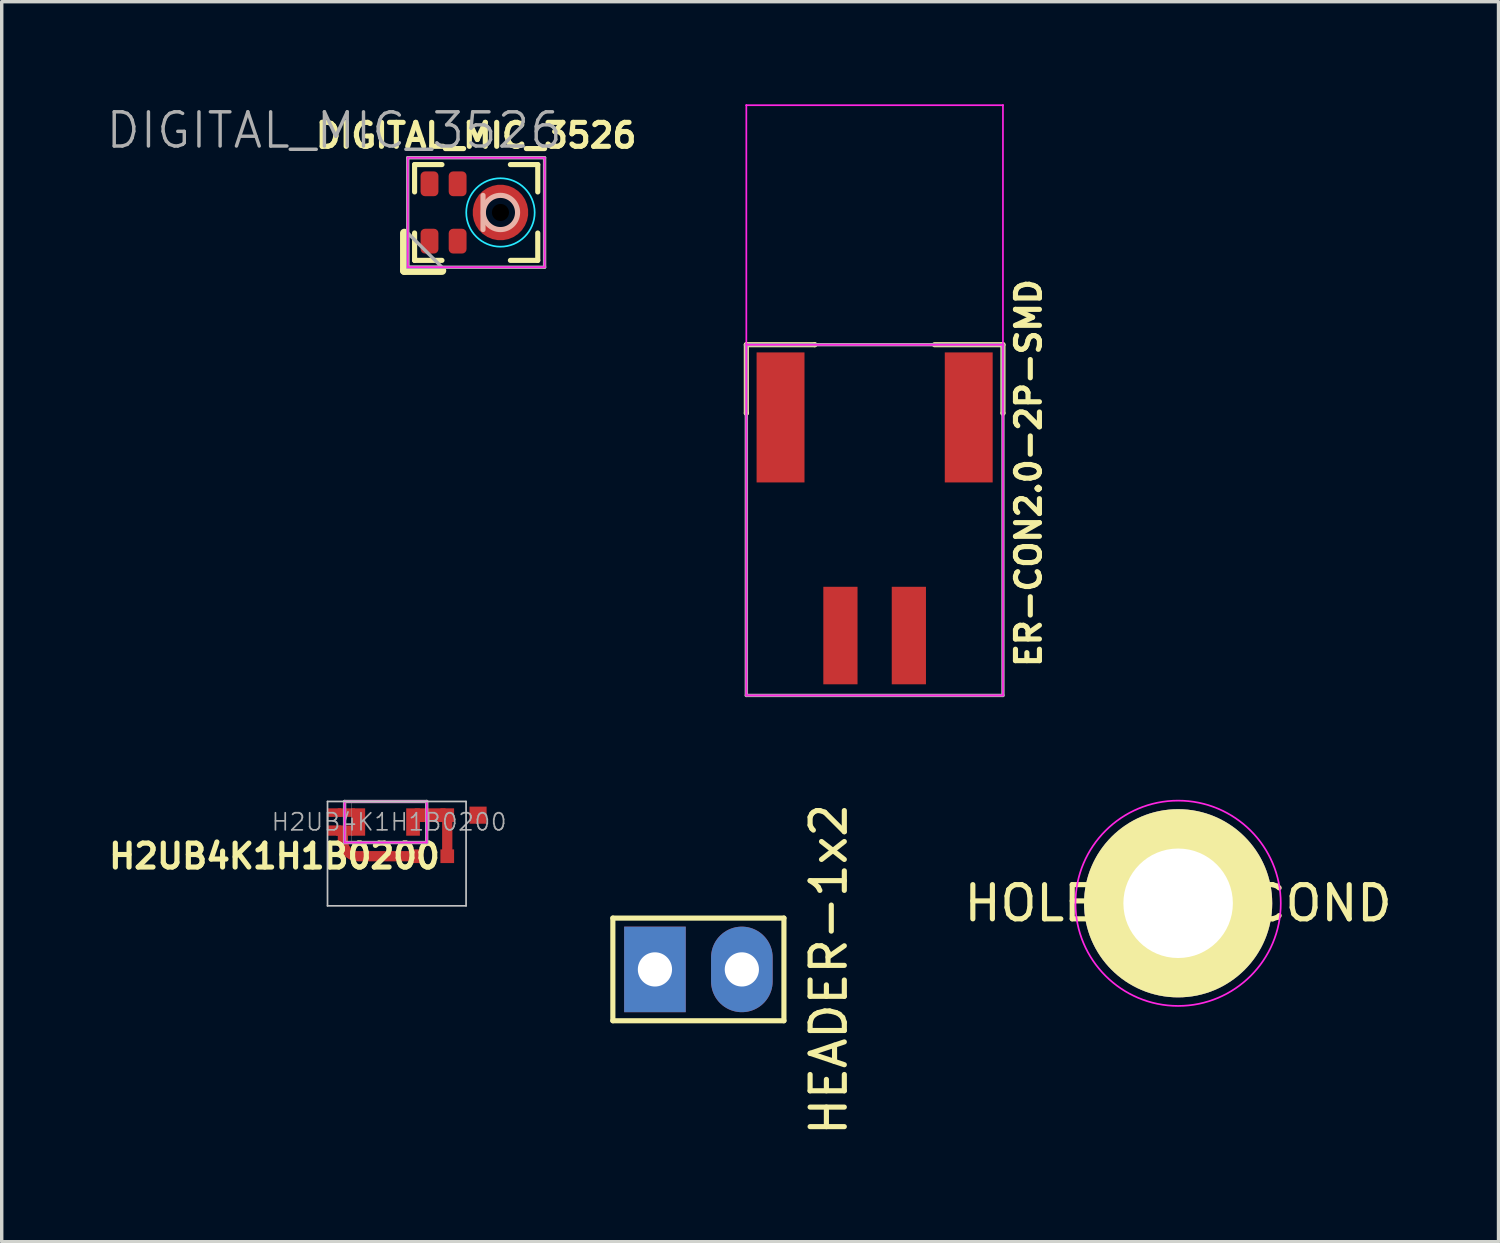
<source format=kicad_pcb>
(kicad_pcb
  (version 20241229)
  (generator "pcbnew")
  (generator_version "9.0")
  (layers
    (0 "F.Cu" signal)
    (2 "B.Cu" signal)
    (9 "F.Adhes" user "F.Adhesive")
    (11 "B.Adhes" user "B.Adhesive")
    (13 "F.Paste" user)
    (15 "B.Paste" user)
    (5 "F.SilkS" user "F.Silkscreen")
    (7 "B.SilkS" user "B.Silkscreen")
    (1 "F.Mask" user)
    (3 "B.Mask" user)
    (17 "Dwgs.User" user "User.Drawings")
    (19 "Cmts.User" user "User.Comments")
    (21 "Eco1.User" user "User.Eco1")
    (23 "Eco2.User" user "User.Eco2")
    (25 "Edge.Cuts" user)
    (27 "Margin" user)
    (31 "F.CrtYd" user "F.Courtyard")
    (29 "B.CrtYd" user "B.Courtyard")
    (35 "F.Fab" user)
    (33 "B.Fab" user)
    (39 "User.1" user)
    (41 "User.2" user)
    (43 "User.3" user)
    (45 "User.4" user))
  (footprint "HOLE-M3-COND"
    (layer "F.Cu")
    (at 31.383 23.35)
    (property "Reference" "HOLE-M3-COND" (at 0 0 0) (layer "F.SilkS") (effects (font (size 1 1) (thickness 0.15))))
    (attr through_hole)
    (fp_circle (center 0 0) (end -3 0) (stroke (width 0.05) (type solid)) (fill no) (layer "F.CrtYd"))
    (pad "1" thru_hole circle (at 0 0) (size 5.5 5.5) (drill 3.2) (layers "*.Cu" "*.Mask" "F.SilkS")))
  (footprint "H2UB4K1H1B0200"
    (layer "F.Cu")
    (at 8.222 20.975)
    (property "Reference" "H2UB4K1H1B0200" (at -3.25 1 0) (layer "F.SilkS") (effects (font (size 0.7 0.7) (thickness 0.15))))
    (attr through_hole)
    (fp_line (start -1.7 -0.6) (end -1.7 2.45) (stroke (width 0.05) (type solid)) (layer "Dwgs.User"))
    (fp_line (start -1.7 2.45) (end 2.35 2.45) (stroke (width 0.05) (type solid)) (layer "Dwgs.User"))
    (fp_line (start 2.35 -0.6) (end -1.7 -0.6) (stroke (width 0.05) (type solid)) (layer "Dwgs.User"))
    (fp_line (start 2.35 2.45) (end 2.35 -0.6) (stroke (width 0.05) (type solid)) (layer "Dwgs.User"))
    (fp_line (start -1.2 -0.6) (end 1.2 -0.6) (stroke (width 0.05) (type solid)) (layer "F.CrtYd"))
    (fp_line (start -1.2 0.6) (end -1.2 -0.6) (stroke (width 0.05) (type solid)) (layer "F.CrtYd"))
    (fp_line (start 1.2 -0.6) (end 1.2 0.6) (stroke (width 0.05) (type solid)) (layer "F.CrtYd"))
    (fp_line (start 1.2 0.6) (end -1.2 0.6) (stroke (width 0.05) (type solid)) (layer "F.CrtYd"))
    (fp_line (start -1.2 -0.6) (end 1.2 -0.6) (stroke (width 0.1) (type solid)) (layer "F.Fab"))
    (fp_line (start -1.2 0.6) (end -1.2 -0.6) (stroke (width 0.1) (type solid)) (layer "F.Fab"))
    (fp_line (start 1.2 -0.6) (end 1.2 0.6) (stroke (width 0.1) (type solid)) (layer "F.Fab"))
    (fp_line (start 1.2 0.6) (end -1.2 0.6) (stroke (width 0.1) (type solid)) (layer "F.Fab"))
    (fp_poly (pts (xy -1 0.6) (xy -1.2 0.6) (xy -1.2 -0.6) (xy -1 -0.6)) (stroke (width 0.01) (type solid)) (fill no) (layer "F.Fab"))
    (fp_text user "${REFERENCE}" (at 0.1 0 0) (layer "F.Fab") (effects (font (size 0.5 0.5) (thickness 0.05))))
    (pad "" smd custom (at -1.2 0.25) (size 0.5 0.3) (layers "F.Cu") (options (anchor rect)) (primitives))
    (pad "" smd custom (at -1.15 -0.275) (size 0.5 0.25) (layers "F.Cu") (options (anchor rect)) (primitives))
    (pad "" smd rect (at -0.6 0.4) (size 0.4 0.8) (drill (offset -0.2 -0.4)) (layers "F.Cu" "F.Mask" "F.Paste"))
    (pad "" smd custom (at -0.05 1) (size 1.5 0.3) (layers "F.Cu") (options (anchor rect)) (primitives (gr_arc (start -0.75 0) (mid -1.068198 -0.131802) (end -1.2 -0.45) (width 0.3)) (gr_line (start -1.2 -0.45) (end -1.2 -0.6) (width 0.3))))
    (pad "" smd rect (at 1 0.4) (size 0.4 0.8) (drill (offset -0.2 -0.4)) (layers "F.Cu" "F.Mask" "F.Paste"))
    (pad "" smd rect (at 1.3 -0.2) (size 0.9 0.4) (layers "F.Cu"))
    (pad "" smd rect (at 1.8 0.4) (size 0.3 1.2) (layers "F.Cu"))
    (pad "1" smd rect (at -1.3 0.4) (size 0.4 0.3) (drill (offset -0.2 -0.15)) (layers "F.Cu"))
    (pad "2" smd rect (at -1.3 -0.4) (size 0.4 0.25) (drill (offset -0.2 0.125)) (layers "F.Cu"))
    (pad "3" smd rect (at 2 -0.4) (size 0.4 0.4) (drill (offset -0.2 0.2)) (layers "F.Cu" "F.Mask" "F.Paste"))
    (pad "4" smd rect (at 2.95 -0.45) (size 0.5 0.5) (drill (offset -0.25 0.25)) (layers "F.Cu" "F.Mask" "F.Paste"))
    (pad "5" smd rect (at 1.1 0.8) (size 0.4 0.4) (drill (offset -0.2 0.2)) (layers "F.Cu" "F.Mask" "F.Paste"))
    (pad "6" smd rect (at 2 0.8) (size 0.4 0.4) (drill (offset -0.2 0.2)) (layers "F.Cu" "F.Mask" "F.Paste")))
  (footprint "ER-CON2.0-2P-SMD"
    (layer "F.Cu")
    (at 22.513 10.775)
    (property "Reference" "ER-CON2.0-2P-SMD" (at 4.5 0 90) (layer "F.SilkS") (effects (font (size 0.7 0.7) (thickness 0.15))))
    (attr through_hole)
    (fp_line (start -3.75 -3.75) (end -3.75 -1.75) (stroke (width 0.15) (type solid)) (layer "F.SilkS"))
    (fp_line (start -3.75 -3.75) (end -1.75 -3.75) (stroke (width 0.15) (type solid)) (layer "F.SilkS"))
    (fp_line (start -3.75 -1.75) (end -3.75 -1.75) (stroke (width 0.15) (type solid)) (layer "F.SilkS"))
    (fp_line (start -1.75 -3.75) (end -1.75 -3.75) (stroke (width 0.15) (type solid)) (layer "F.SilkS"))
    (fp_line (start 1.75 -3.75) (end 1.75 -3.75) (stroke (width 0.05) (type solid)) (layer "F.SilkS"))
    (fp_line (start 3.75 -3.75) (end 1.75 -3.75) (stroke (width 0.15) (type solid)) (layer "F.SilkS"))
    (fp_line (start 3.75 -3.75) (end 3.75 -1.75) (stroke (width 0.15) (type solid)) (layer "F.SilkS"))
    (fp_line (start 3.75 -1.75) (end 3.75 -1.75) (stroke (width 0.15) (type solid)) (layer "F.SilkS"))
    (fp_line (start -3.75 -10.75) (end -3.75 -10.75) (stroke (width 0.05) (type solid)) (layer "F.CrtYd"))
    (fp_line (start -3.75 -10.75) (end -3.75 6.5) (stroke (width 0.05) (type solid)) (layer "F.CrtYd"))
    (fp_line (start -3.75 6.5) (end 3.75 6.5) (stroke (width 0.05) (type solid)) (layer "F.CrtYd"))
    (fp_line (start 3.75 -10.75) (end -3.75 -10.75) (stroke (width 0.05) (type solid)) (layer "F.CrtYd"))
    (fp_line (start 3.75 -10.75) (end 3.75 -10.75) (stroke (width 0.05) (type solid)) (layer "F.CrtYd"))
    (fp_line (start 3.75 -3.75) (end -3.75 -3.75) (stroke (width 0.05) (type solid)) (layer "F.CrtYd"))
    (fp_line (start 3.75 6.5) (end 3.75 -10.75) (stroke (width 0.05) (type solid)) (layer "F.CrtYd"))
    (fp_line (start -3.75 -3.75) (end -3.75 -3.75) (stroke (width 0.1) (type solid)) (layer "F.Fab"))
    (fp_line (start -3.75 -3.75) (end 3.75 -3.75) (stroke (width 0.1) (type solid)) (layer "F.Fab"))
    (fp_line (start -3.75 6.5) (end -3.75 -3.75) (stroke (width 0.1) (type solid)) (layer "F.Fab"))
    (fp_line (start 3.75 -3.75) (end 3.75 6.5) (stroke (width 0.1) (type solid)) (layer "F.Fab"))
    (fp_line (start 3.75 6.5) (end -3.75 6.5) (stroke (width 0.1) (type solid)) (layer "F.Fab"))
    (pad "" smd rect (at -2.75 -1.625) (size 1.4 3.8) (layers "F.Cu" "F.Mask" "F.Paste"))
    (pad "" smd rect (at 2.75 -1.625) (size 1.4 3.8) (layers "F.Cu" "F.Mask" "F.Paste"))
    (pad "1" smd rect (at 1 4.75) (size 1 2.85) (layers "F.Cu" "F.Mask" "F.Paste"))
    (pad "2" smd rect (at -1 4.75) (size 1 2.85) (layers "F.Cu" "F.Mask" "F.Paste")))
  (footprint "DIGITAL_MIC_3526"
    (layer "F.Cu")
    (at 10.867 3.16)
    (property "Reference" "DIGITAL_MIC_3526" (at 0 -2.25 0) (unlocked yes) (layer "F.SilkS") (effects (font (size 0.7 0.7) (thickness 0.15))))
    (attr smd)
    (fp_line (start -2.1 1.7) (end -2.1 0.6) (stroke (width 0.25) (type solid)) (layer "F.SilkS"))
    (fp_line (start -2.1 1.7) (end -1 1.7) (stroke (width 0.25) (type solid)) (layer "F.SilkS"))
    (fp_line (start -1.8 -1.4) (end -1.8 -0.6) (stroke (width 0.15) (type solid)) (layer "F.SilkS"))
    (fp_line (start -1.8 1.4) (end -1.8 0.6) (stroke (width 0.15) (type solid)) (layer "F.SilkS"))
    (fp_line (start -1.8 1.4) (end -1 1.4) (stroke (width 0.15) (type solid)) (layer "F.SilkS"))
    (fp_line (start -1 -1.4) (end -1.8 -1.4) (stroke (width 0.15) (type solid)) (layer "F.SilkS"))
    (fp_line (start 1.8 -1.4) (end 1 -1.4) (stroke (width 0.15) (type solid)) (layer "F.SilkS"))
    (fp_line (start 1.8 -1.4) (end 1.8 -0.6) (stroke (width 0.15) (type solid)) (layer "F.SilkS"))
    (fp_line (start 1.8 1.4) (end 1 1.4) (stroke (width 0.15) (type solid)) (layer "F.SilkS"))
    (fp_line (start 1.8 1.4) (end 1.8 0.6) (stroke (width 0.15) (type solid)) (layer "F.SilkS"))
    (fp_line (start 0.2 -0.5) (end 0.2 0.5) (stroke (width 0.15) (type solid)) (layer "B.SilkS"))
    (fp_circle (center 0.71 0) (end 1.21 0) (stroke (width 0.15) (type solid)) (fill no) (layer "B.SilkS"))
    (fp_circle (center 0.71 0) (end 1.71 0) (stroke (width 0.05) (type solid)) (fill no) (layer "B.CrtYd"))
    (fp_line (start -2 -1.6) (end 2 -1.6) (stroke (width 0.05) (type solid)) (layer "F.CrtYd"))
    (fp_line (start -2 1.6) (end -2 -1.6) (stroke (width 0.05) (type solid)) (layer "F.CrtYd"))
    (fp_line (start 2 -1.6) (end 2 1.6) (stroke (width 0.05) (type solid)) (layer "F.CrtYd"))
    (fp_line (start 2 1.6) (end -2 1.6) (stroke (width 0.05) (type solid)) (layer "F.CrtYd"))
    (fp_line (start -2 -1.6) (end 2 -1.6) (stroke (width 0.1) (type solid)) (layer "F.Fab"))
    (fp_line (start -2 1.6) (end -2 -1.6) (stroke (width 0.1) (type solid)) (layer "F.Fab"))
    (fp_line (start 2 -1.6) (end 2 1.6) (stroke (width 0.1) (type solid)) (layer "F.Fab"))
    (fp_line (start 2 1.6) (end -2 1.6) (stroke (width 0.1) (type solid)) (layer "F.Fab"))
    (fp_poly (pts (xy -1 1.6) (xy -2 1.6) (xy -2 0.6)) (stroke (width 0.1) (type solid)) (fill no) (layer "F.Fab"))
    (fp_text user "${REFERENCE}" (at -4.15 -2.4 0) (unlocked yes) (layer "F.Fab") (effects (font (size 1 1) (thickness 0.1))))
    (pad "" smd custom (at 0.71 0) (size 0.001 0.001) (layers "F.Paste") (options (anchor circle)) (primitives (gr_arc (start -0.664074 -0.177938) (mid -0.48825 -0.484013) (end -0.18372 -0.6625) (width 0.25))))
    (pad "" smd custom (at 0.71 0 270) (size 0.001 0.001) (layers "F.Paste") (options (anchor circle)) (primitives (gr_arc (start -0.664074 -0.177938) (mid -0.48825 -0.484013) (end -0.18372 -0.6625) (width 0.25))))
    (pad "" smd custom (at 0.71 0 180) (size 0.001 0.001) (layers "F.Paste") (options (anchor circle)) (primitives (gr_arc (start -0.664074 -0.177938) (mid -0.48825 -0.484013) (end -0.18372 -0.6625) (width 0.25))))
    (pad "" smd custom (at 0.71 0 90) (size 0.001 0.001) (layers "F.Paste") (options (anchor circle)) (primitives (gr_arc (start -0.664074 -0.177938) (mid -0.48825 -0.484013) (end -0.18372 -0.6625) (width 0.25))))
    (pad "" np_thru_hole circle (at 0.71 0) (size 0.7 0.7) (drill 0.5) (layers "*.Mask"))
    (pad "1" smd roundrect (at -1.364 0.838) (size 0.522 0.725) (layers "F.Cu" "F.Mask" "F.Paste") (roundrect_rratio 0.25))
    (pad "2" smd roundrect (at -0.542 0.838) (size 0.522 0.725) (layers "F.Cu" "F.Mask" "F.Paste") (roundrect_rratio 0.25))
    (pad "3" smd custom (at 0.71 0) (size 0.001 0.001) (layers "F.Cu" "F.Mask") (options (anchor circle)) (primitives (gr_circle (center 0 0) (end 0.662 0) (width 0.3) (fill no))))
    (pad "4" smd roundrect (at -0.542 -0.838) (size 0.522 0.725) (layers "F.Cu" "F.Mask" "F.Paste") (roundrect_rratio 0.25))
    (pad "5" smd roundrect (at -1.364 -0.838) (size 0.522 0.725) (layers "F.Cu" "F.Mask" "F.Paste") (roundrect_rratio 0.25)))
  (footprint "HEADER-1x2"
    (layer "F.Cu")
    (at 17.362 25.283)
    (property "Reference" "HEADER-1x2" (at 3.81 0 90) (layer "F.SilkS") (effects (font (size 1 1) (thickness 0.15))))
    (attr through_hole)
    (fp_line (start -2.5 -1.5) (end 2.5 -1.5) (stroke (width 0.15) (type solid)) (layer "F.SilkS"))
    (fp_line (start -2.5 1.5) (end -2.5 -1.5) (stroke (width 0.15) (type solid)) (layer "F.SilkS"))
    (fp_line (start 2.5 -1.5) (end 2.5 1.5) (stroke (width 0.15) (type solid)) (layer "F.SilkS"))
    (fp_line (start 2.5 1.5) (end -2.5 1.5) (stroke (width 0.15) (type solid)) (layer "F.SilkS"))
    (pad "1" thru_hole rect (at -1.27 0) (size 1.8 2.5) (drill 1) (layers "*.Cu" "*.Mask"))
    (pad "2" thru_hole oval (at 1.27 0) (size 1.8 2.5) (drill 1) (layers "*.Cu" "*.Mask")))
  (gr_rect
    (start -3 -3)
    (end 40.747 33.242)
    (stroke (width 0.1) (type default))
    (fill no)
    (layer "Edge.Cuts")))
</source>
